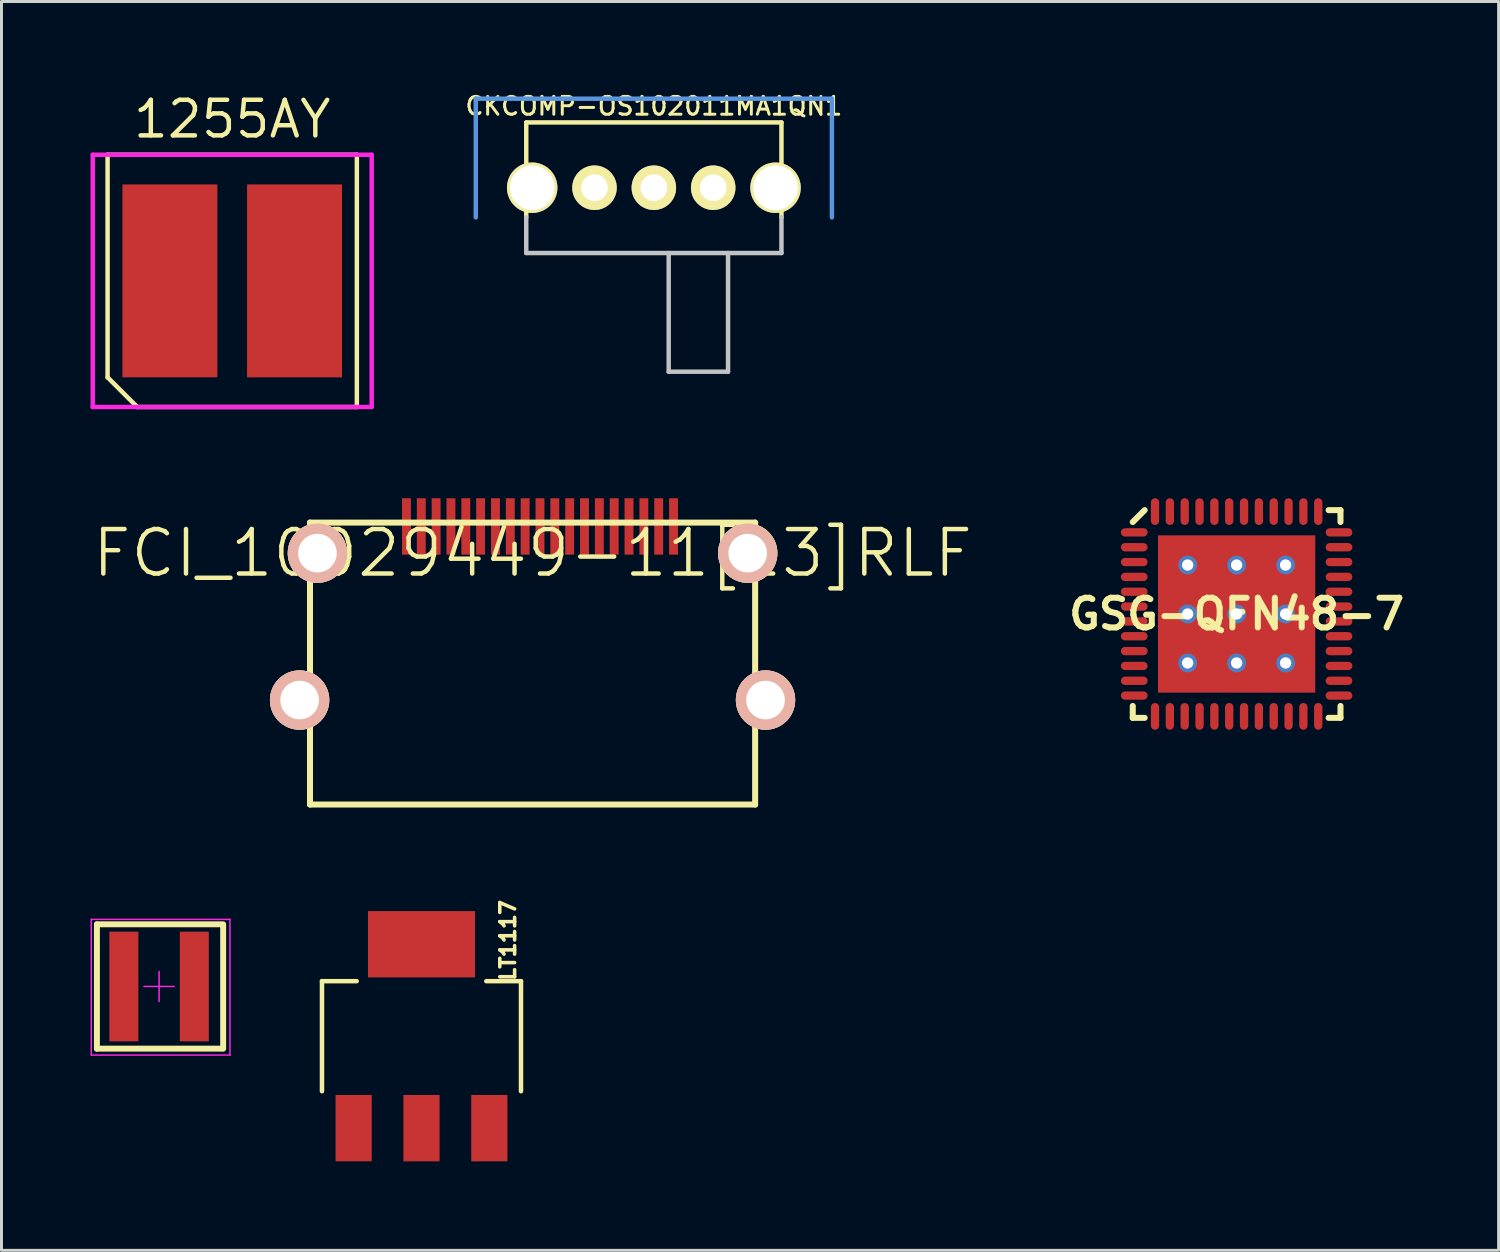
<source format=kicad_pcb>
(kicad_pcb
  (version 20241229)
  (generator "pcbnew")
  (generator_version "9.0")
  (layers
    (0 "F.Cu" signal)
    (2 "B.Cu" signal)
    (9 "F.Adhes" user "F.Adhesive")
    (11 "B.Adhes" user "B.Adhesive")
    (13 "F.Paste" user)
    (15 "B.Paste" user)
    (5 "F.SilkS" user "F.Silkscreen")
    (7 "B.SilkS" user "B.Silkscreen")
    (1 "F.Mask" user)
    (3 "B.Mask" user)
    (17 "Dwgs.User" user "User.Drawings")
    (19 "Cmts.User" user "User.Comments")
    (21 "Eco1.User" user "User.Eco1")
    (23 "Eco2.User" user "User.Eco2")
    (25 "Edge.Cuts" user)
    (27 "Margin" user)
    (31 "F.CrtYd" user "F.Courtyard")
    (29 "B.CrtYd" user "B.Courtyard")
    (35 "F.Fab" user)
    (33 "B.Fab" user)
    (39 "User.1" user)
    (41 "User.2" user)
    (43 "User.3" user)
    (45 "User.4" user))
  (footprint "LT1117"
    (placed yes)
    (layer "F.Cu")
    (at 11.153 31.867)
    (property "Reference" "LT1117" (at 2.913 -3.23 90) (layer "F.SilkS") (effects (font (size 0.5 0.5) (thickness 0.12))))
    (attr through_hole)
    (fp_line (start -3.353 -1.854) (end -2.184 -1.854) (stroke (width 0.152) (type solid)) (layer "F.SilkS"))
    (fp_line (start -3.353 1.854) (end -3.353 -1.854) (stroke (width 0.152) (type solid)) (layer "F.SilkS"))
    (fp_line (start 2.184 -1.854) (end 3.353 -1.854) (stroke (width 0.152) (type solid)) (layer "F.SilkS"))
    (fp_line (start 3.353 -1.854) (end 3.353 1.854) (stroke (width 0.152) (type solid)) (layer "F.SilkS"))
    (fp_line (start -3.302 -1.905) (end -1.524 -1.905) (stroke (width 0.076) (type solid)) (layer "Eco1.User"))
    (fp_line (start -3.302 -1.905) (end 3.302 -1.905) (stroke (width 0.076) (type solid)) (layer "Eco1.User"))
    (fp_line (start -3.302 1.905) (end -3.302 -1.905) (stroke (width 0.152) (type solid)) (layer "Eco1.User"))
    (fp_line (start -3.277 1.88) (end -3.048 1.651) (stroke (width 0.076) (type solid)) (layer "Eco1.User"))
    (fp_line (start -3.048 -1.651) (end -3.302 -1.905) (stroke (width 0.076) (type solid)) (layer "Eco1.User"))
    (fp_line (start -3.048 -1.651) (end -3.302 -1.905) (stroke (width 0.076) (type solid)) (layer "Eco1.User"))
    (fp_line (start -3.048 1.651) (end -3.048 -1.651) (stroke (width 0.076) (type solid)) (layer "Eco1.User"))
    (fp_line (start -3.048 1.676) (end 3.048 1.676) (stroke (width 0.076) (type solid)) (layer "Eco1.User"))
    (fp_line (start -2.667 1.88) (end -3.277 1.88) (stroke (width 0.076) (type solid)) (layer "Eco1.User"))
    (fp_line (start -0.381 1.88) (end -1.905 1.88) (stroke (width 0.076) (type solid)) (layer "Eco1.User"))
    (fp_line (start 1.905 1.88) (end 0.381 1.88) (stroke (width 0.076) (type solid)) (layer "Eco1.User"))
    (fp_line (start 3.048 -1.651) (end -3.048 -1.651) (stroke (width 0.076) (type solid)) (layer "Eco1.User"))
    (fp_line (start 3.048 -1.651) (end 3.048 1.651) (stroke (width 0.076) (type solid)) (layer "Eco1.User"))
    (fp_line (start 3.048 1.651) (end 3.277 1.88) (stroke (width 0.076) (type solid)) (layer "Eco1.User"))
    (fp_line (start 3.048 1.676) (end 3.048 -1.651) (stroke (width 0.076) (type solid)) (layer "Eco1.User"))
    (fp_line (start 3.277 1.88) (end 2.667 1.88) (stroke (width 0.076) (type solid)) (layer "Eco1.User"))
    (fp_line (start 3.302 -1.905) (end 3.048 -1.651) (stroke (width 0.076) (type solid)) (layer "Eco1.User"))
    (fp_line (start 3.302 -1.905) (end 3.302 1.905) (stroke (width 0.152) (type solid)) (layer "Eco1.User"))
    (fp_line (start 3.302 1.905) (end -3.302 1.905) (stroke (width 0.152) (type solid)) (layer "Eco1.User"))
    (pad "1" smd rect (at -2.286 3.099) (size 1.219 2.235) (layers "F.Cu" "F.Mask" "F.Paste"))
    (pad "2" smd rect (at 0 3.099) (size 1.219 2.235) (layers "F.Cu" "F.Mask" "F.Paste"))
    (pad "3" smd rect (at 2.286 3.099) (size 1.219 2.235) (layers "F.Cu" "F.Mask" "F.Paste"))
    (pad "4" smd rect (at 0 -3.099) (size 3.607 2.235) (layers "F.Cu" "F.Mask" "F.Paste")))
  (footprint "GSG-QFN48-7"
    (layer "F.Cu")
    (at 38.621 17.64)
    (property "Reference" "GSG-QFN48-7" (at 0 0 0) (layer "F.SilkS") (effects (font (size 1.001 1.001) (thickness 0.203))))
    (attr through_hole)
    (fp_line (start -3.5 3.099) (end -3.5 3.5) (stroke (width 0.203) (type solid)) (layer "F.SilkS"))
    (fp_line (start -3.5 3.5) (end -3.099 3.5) (stroke (width 0.203) (type solid)) (layer "F.SilkS"))
    (fp_line (start -3.099 -3.5) (end -3.5 -3.099) (stroke (width 0.203) (type solid)) (layer "F.SilkS"))
    (fp_line (start 3.099 3.5) (end 3.5 3.5) (stroke (width 0.203) (type solid)) (layer "F.SilkS"))
    (fp_line (start 3.5 -3.5) (end 3.099 -3.5) (stroke (width 0.203) (type solid)) (layer "F.SilkS"))
    (fp_line (start 3.5 -3.099) (end 3.5 -3.5) (stroke (width 0.203) (type solid)) (layer "F.SilkS"))
    (fp_line (start 3.5 3.5) (end 3.5 3.099) (stroke (width 0.203) (type solid)) (layer "F.SilkS"))
    (pad "0" thru_hole circle (at -1.65 -1.65) (size 0.635 0.635) (drill 0.381) (layers "*.Cu" "B.Mask"))
    (pad "0" smd rect (at -1.65 -1.65) (size 1.65 1.65) (layers "F.Cu" "F.Paste"))
    (pad "0" thru_hole circle (at -1.65 0) (size 0.635 0.635) (drill 0.381) (layers "*.Cu" "B.Mask"))
    (pad "0" smd rect (at -1.65 0) (size 1.65 1.65) (layers "F.Cu" "F.Paste"))
    (pad "0" thru_hole circle (at -1.65 1.65) (size 0.635 0.635) (drill 0.381) (layers "*.Cu" "B.Mask"))
    (pad "0" smd rect (at -1.65 1.65) (size 1.65 1.65) (layers "F.Cu" "F.Paste"))
    (pad "0" thru_hole circle (at 0 -1.65) (size 0.635 0.635) (drill 0.381) (layers "*.Cu" "B.Mask"))
    (pad "0" smd rect (at 0 -1.65) (size 1.65 1.65) (layers "F.Cu" "F.Paste"))
    (pad "0" thru_hole circle (at 0 0) (size 0.635 0.635) (drill 0.381) (layers "*.Cu" "B.Mask"))
    (pad "0" smd rect (at 0 0) (size 1.65 1.65) (layers "F.Cu" "F.Paste"))
    (pad "0" smd rect (at 0 0) (size 5.3 5.3) (layers "F.Cu" "F.Mask"))
    (pad "0" thru_hole circle (at 0 1.65) (size 0.635 0.635) (drill 0.381) (layers "*.Cu" "B.Mask"))
    (pad "0" smd rect (at 0 1.65) (size 1.65 1.65) (layers "F.Cu" "F.Paste"))
    (pad "0" thru_hole circle (at 1.65 -1.65) (size 0.635 0.635) (drill 0.381) (layers "*.Cu" "B.Mask"))
    (pad "0" smd rect (at 1.65 -1.65) (size 1.65 1.65) (layers "F.Cu" "F.Paste"))
    (pad "0" thru_hole circle (at 1.65 0) (size 0.635 0.635) (drill 0.381) (layers "*.Cu" "B.Mask"))
    (pad "0" smd rect (at 1.65 0) (size 1.65 1.65) (layers "F.Cu" "F.Paste"))
    (pad "0" thru_hole circle (at 1.65 1.65) (size 0.635 0.635) (drill 0.381) (layers "*.Cu" "B.Mask"))
    (pad "0" smd rect (at 1.65 1.65) (size 1.65 1.65) (layers "F.Cu" "F.Paste"))
    (pad "1" smd oval (at -3.45 -2.75) (size 0.9 0.28) (layers "F.Cu" "F.Mask" "F.Paste"))
    (pad "2" smd oval (at -3.45 -2.25) (size 0.9 0.28) (layers "F.Cu" "F.Mask" "F.Paste"))
    (pad "3" smd oval (at -3.45 -1.75) (size 0.9 0.28) (layers "F.Cu" "F.Mask" "F.Paste"))
    (pad "4" smd oval (at -3.45 -1.25) (size 0.9 0.28) (layers "F.Cu" "F.Mask" "F.Paste"))
    (pad "5" smd oval (at -3.45 -0.75) (size 0.9 0.28) (layers "F.Cu" "F.Mask" "F.Paste"))
    (pad "6" smd oval (at -3.45 -0.25) (size 0.9 0.28) (layers "F.Cu" "F.Mask" "F.Paste"))
    (pad "7" smd oval (at -3.45 0.25) (size 0.9 0.28) (layers "F.Cu" "F.Mask" "F.Paste"))
    (pad "8" smd oval (at -3.45 0.75) (size 0.9 0.28) (layers "F.Cu" "F.Mask" "F.Paste"))
    (pad "9" smd oval (at -3.45 1.25) (size 0.9 0.28) (layers "F.Cu" "F.Mask" "F.Paste"))
    (pad "10" smd oval (at -3.45 1.75) (size 0.9 0.28) (layers "F.Cu" "F.Mask" "F.Paste"))
    (pad "11" smd oval (at -3.45 2.25) (size 0.9 0.28) (layers "F.Cu" "F.Mask" "F.Paste"))
    (pad "12" smd oval (at -3.45 2.75) (size 0.9 0.28) (layers "F.Cu" "F.Mask" "F.Paste"))
    (pad "13" smd oval (at -2.75 3.45 90) (size 0.9 0.28) (layers "F.Cu" "F.Mask" "F.Paste"))
    (pad "14" smd oval (at -2.25 3.45 90) (size 0.9 0.28) (layers "F.Cu" "F.Mask" "F.Paste"))
    (pad "15" smd oval (at -1.75 3.45 90) (size 0.9 0.28) (layers "F.Cu" "F.Mask" "F.Paste"))
    (pad "16" smd oval (at -1.25 3.45 90) (size 0.9 0.28) (layers "F.Cu" "F.Mask" "F.Paste"))
    (pad "17" smd oval (at -0.75 3.45 90) (size 0.9 0.28) (layers "F.Cu" "F.Mask" "F.Paste"))
    (pad "18" smd oval (at -0.25 3.45 90) (size 0.9 0.28) (layers "F.Cu" "F.Mask" "F.Paste"))
    (pad "19" smd oval (at 0.25 3.45 90) (size 0.9 0.28) (layers "F.Cu" "F.Mask" "F.Paste"))
    (pad "20" smd oval (at 0.75 3.45 90) (size 0.9 0.28) (layers "F.Cu" "F.Mask" "F.Paste"))
    (pad "21" smd oval (at 1.25 3.45 90) (size 0.9 0.28) (layers "F.Cu" "F.Mask" "F.Paste"))
    (pad "22" smd oval (at 1.75 3.45 90) (size 0.9 0.28) (layers "F.Cu" "F.Mask" "F.Paste"))
    (pad "23" smd oval (at 2.25 3.45 90) (size 0.9 0.28) (layers "F.Cu" "F.Mask" "F.Paste"))
    (pad "24" smd oval (at 2.75 3.45 90) (size 0.9 0.28) (layers "F.Cu" "F.Mask" "F.Paste"))
    (pad "25" smd oval (at 3.45 2.75) (size 0.9 0.28) (layers "F.Cu" "F.Mask" "F.Paste"))
    (pad "26" smd oval (at 3.45 2.25) (size 0.9 0.28) (layers "F.Cu" "F.Mask" "F.Paste"))
    (pad "27" smd oval (at 3.45 1.75) (size 0.9 0.28) (layers "F.Cu" "F.Mask" "F.Paste"))
    (pad "28" smd oval (at 3.45 1.25) (size 0.9 0.28) (layers "F.Cu" "F.Mask" "F.Paste"))
    (pad "29" smd oval (at 3.45 0.75) (size 0.9 0.28) (layers "F.Cu" "F.Mask" "F.Paste"))
    (pad "30" smd oval (at 3.45 0.25) (size 0.9 0.28) (layers "F.Cu" "F.Mask" "F.Paste"))
    (pad "31" smd oval (at 3.45 -0.25) (size 0.9 0.28) (layers "F.Cu" "F.Mask" "F.Paste"))
    (pad "32" smd oval (at 3.45 -0.75) (size 0.9 0.28) (layers "F.Cu" "F.Mask" "F.Paste"))
    (pad "33" smd oval (at 3.45 -1.25) (size 0.9 0.28) (layers "F.Cu" "F.Mask" "F.Paste"))
    (pad "34" smd oval (at 3.45 -1.75) (size 0.9 0.28) (layers "F.Cu" "F.Mask" "F.Paste"))
    (pad "35" smd oval (at 3.45 -2.25) (size 0.9 0.28) (layers "F.Cu" "F.Mask" "F.Paste"))
    (pad "36" smd oval (at 3.45 -2.75) (size 0.9 0.28) (layers "F.Cu" "F.Mask" "F.Paste"))
    (pad "37" smd oval (at 2.75 -3.45 90) (size 0.9 0.28) (layers "F.Cu" "F.Mask" "F.Paste"))
    (pad "38" smd oval (at 2.25 -3.45 90) (size 0.9 0.28) (layers "F.Cu" "F.Mask" "F.Paste"))
    (pad "39" smd oval (at 1.75 -3.45 90) (size 0.9 0.28) (layers "F.Cu" "F.Mask" "F.Paste"))
    (pad "40" smd oval (at 1.25 -3.45 90) (size 0.9 0.28) (layers "F.Cu" "F.Mask" "F.Paste"))
    (pad "41" smd oval (at 0.75 -3.45 90) (size 0.9 0.28) (layers "F.Cu" "F.Mask" "F.Paste"))
    (pad "42" smd oval (at 0.25 -3.45 90) (size 0.9 0.28) (layers "F.Cu" "F.Mask" "F.Paste"))
    (pad "43" smd oval (at -0.25 -3.45 90) (size 0.9 0.28) (layers "F.Cu" "F.Mask" "F.Paste"))
    (pad "44" smd oval (at -0.75 -3.45 90) (size 0.9 0.28) (layers "F.Cu" "F.Mask" "F.Paste"))
    (pad "45" smd oval (at -1.25 -3.45 90) (size 0.9 0.28) (layers "F.Cu" "F.Mask" "F.Paste"))
    (pad "46" smd oval (at -1.75 -3.45 90) (size 0.9 0.28) (layers "F.Cu" "F.Mask" "F.Paste"))
    (pad "47" smd oval (at -2.25 -3.45 90) (size 0.9 0.28) (layers "F.Cu" "F.Mask" "F.Paste"))
    (pad "48" smd oval (at -2.75 -3.45 90) (size 0.9 0.28) (layers "F.Cu" "F.Mask" "F.Paste")))
  (footprint "1255AY"
    (layer "F.Cu")
    (at 4.775 6.415)
    (property "Reference" "1255AY" (at 0 -5.45 0) (layer "F.SilkS") (effects (font (size 1.2 1.2) (thickness 0.15))))
    (attr through_hole)
    (fp_line (start -4.2 -4.25) (end 4.2 -4.25) (stroke (width 0.15) (type solid)) (layer "F.SilkS"))
    (fp_line (start -4.2 3.25) (end -4.2 -4.25) (stroke (width 0.15) (type solid)) (layer "F.SilkS"))
    (fp_line (start -3.2 4.25) (end -4.2 3.25) (stroke (width 0.15) (type solid)) (layer "F.SilkS"))
    (fp_line (start 4.2 -4.25) (end 4.2 4.25) (stroke (width 0.15) (type solid)) (layer "F.SilkS"))
    (fp_line (start 4.2 4.25) (end -3.2 4.25) (stroke (width 0.15) (type solid)) (layer "F.SilkS"))
    (fp_line (start -4.7 -4.25) (end 4.7 -4.25) (stroke (width 0.15) (type solid)) (layer "F.CrtYd"))
    (fp_line (start -4.7 4.25) (end -4.7 -4.25) (stroke (width 0.15) (type solid)) (layer "F.CrtYd"))
    (fp_line (start 4.7 -4.25) (end 4.7 4.25) (stroke (width 0.15) (type solid)) (layer "F.CrtYd"))
    (fp_line (start 4.7 4.25) (end -4.7 4.25) (stroke (width 0.15) (type solid)) (layer "F.CrtYd"))
    (pad "1" smd rect (at -2.1 0) (size 3.2 6.5) (layers "F.Cu" "F.Mask" "F.Paste"))
    (pad "2" smd rect (at 2.1 0) (size 3.2 6.5) (layers "F.Cu" "F.Mask" "F.Paste")))
  (footprint "L_4040"
    (layer "F.Cu")
    (at 2.311 30.192)
    (property "Reference" "L_4040" (at 0.152 -2.667 0) (layer "Eco2.User") (effects (font (size 0.5 0.5) (thickness 0.04))))
    (attr smd)
    (fp_line (start -2.095 -2.095) (end -2.095 2.095) (stroke (width 0.2) (type solid)) (layer "F.SilkS"))
    (fp_line (start -2.095 -2.095) (end 2.095 -2.095) (stroke (width 0.2) (type solid)) (layer "F.SilkS"))
    (fp_line (start -2.095 2.095) (end 2.095 2.095) (stroke (width 0.2) (type solid)) (layer "F.SilkS"))
    (fp_line (start 2.159 -2.095) (end 2.159 2.095) (stroke (width 0.2) (type solid)) (layer "F.SilkS"))
    (fp_line (start -2.286 -2.261) (end -2.286 2.311) (stroke (width 0.05) (type solid)) (layer "F.CrtYd"))
    (fp_line (start -2.286 -2.261) (end 2.388 -2.261) (stroke (width 0.05) (type solid)) (layer "F.CrtYd"))
    (fp_line (start -2.286 2.311) (end 2.388 2.311) (stroke (width 0.05) (type solid)) (layer "F.CrtYd"))
    (fp_line (start -0.508 0) (end 0.508 0) (stroke (width 0.05) (type solid)) (layer "F.CrtYd"))
    (fp_line (start 0 -0.508) (end 0 0.508) (stroke (width 0.05) (type solid)) (layer "F.CrtYd"))
    (fp_line (start 2.388 -2.261) (end 2.388 2.311) (stroke (width 0.05) (type solid)) (layer "F.CrtYd"))
    (pad "1" smd rect (at -1.187 0) (size 0.978 3.696) (layers "F.Cu" "F.Mask" "F.Paste"))
    (pad "2" smd rect (at 1.187 0) (size 0.978 3.696) (layers "F.Cu" "F.Mask" "F.Paste")))
  (footprint "CKCOMP-OS102011MA1QN1"
    (layer "F.Cu")
    (at 18.983 3.276)
    (property "Reference" "CKCOMP-OS102011MA1QN1" (at 0 -2.75 0) (layer "F.SilkS") (effects (font (size 0.6 0.6) (thickness 0.1))))
    (attr through_hole)
    (fp_line (start -4.3 -2.2) (end 4.3 -2.2) (stroke (width 0.15) (type solid)) (layer "F.SilkS"))
    (fp_line (start -4.3 1) (end -4.3 -2.2) (stroke (width 0.15) (type solid)) (layer "F.SilkS"))
    (fp_line (start 4.3 -2.2) (end 4.3 1) (stroke (width 0.15) (type solid)) (layer "F.SilkS"))
    (fp_line (start -4.3 1) (end -4.3 2.2) (stroke (width 0.15) (type solid)) (layer "Dwgs.User"))
    (fp_line (start -4.3 2.2) (end 4.3 2.2) (stroke (width 0.15) (type solid)) (layer "Dwgs.User"))
    (fp_line (start 0.5 2.2) (end 0.5 6.2) (stroke (width 0.15) (type solid)) (layer "Dwgs.User"))
    (fp_line (start 0.5 6.2) (end 2.5 6.2) (stroke (width 0.15) (type solid)) (layer "Dwgs.User"))
    (fp_line (start 2.5 6.2) (end 2.5 2.2) (stroke (width 0.15) (type solid)) (layer "Dwgs.User"))
    (fp_line (start 4.3 2.2) (end 4.3 1) (stroke (width 0.15) (type solid)) (layer "Dwgs.User"))
    (fp_line (start -6 -3) (end -6 1) (stroke (width 0.15) (type solid)) (layer "Cmts.User"))
    (fp_line (start 6 -3) (end -6 -3) (stroke (width 0.15) (type solid)) (layer "Cmts.User"))
    (fp_line (start 6 1) (end 6 -3) (stroke (width 0.15) (type solid)) (layer "Cmts.User"))
    (pad "" thru_hole circle (at -4.1 0) (size 1.7 1.7) (drill 1.5) (layers "*.Cu" "*.Mask" "F.SilkS"))
    (pad "" thru_hole circle (at 4.1 0) (size 1.7 1.7) (drill 1.5) (layers "*.Cu" "*.Mask" "F.SilkS"))
    (pad "1" thru_hole circle (at -2 0) (size 1.5 1.5) (drill 0.9) (layers "*.Cu" "*.Mask" "F.SilkS"))
    (pad "2" thru_hole circle (at 0 0) (size 1.5 1.5) (drill 0.9) (layers "*.Cu" "*.Mask" "F.SilkS"))
    (pad "3" thru_hole circle (at 2 0) (size 1.5 1.5) (drill 0.9) (layers "*.Cu" "*.Mask" "F.SilkS")))
  (footprint "FCI_10029449-11[13]RLF"
    (layer "F.Cu")
    (at 14.896 15.59)
    (property "Reference" "FCI_10029449-11[13]RLF" (at 0 0 0) (layer "F.SilkS") (effects (font (size 1.5 1.5) (thickness 0.15))))
    (attr through_hole)
    (fp_line (start -7.5 -1.03) (end 7.5 -1.03) (stroke (width 0.203) (type solid)) (layer "F.SilkS"))
    (fp_line (start -7.5 8.47) (end -7.5 -1.03) (stroke (width 0.203) (type solid)) (layer "F.SilkS"))
    (fp_line (start 7.5 8.47) (end -7.5 8.47) (stroke (width 0.203) (type solid)) (layer "F.SilkS"))
    (fp_line (start 7.5 8.47) (end 7.5 -1.03) (stroke (width 0.203) (type solid)) (layer "F.SilkS"))
    (pad "1" smd rect (at 4.75 -0.9) (size 0.3 1.9) (layers "F.Cu" "F.Mask" "F.Paste"))
    (pad "2" smd rect (at 4.25 -0.9) (size 0.3 1.9) (layers "F.Cu" "F.Mask" "F.Paste"))
    (pad "3" smd rect (at 3.75 -0.9) (size 0.3 1.9) (layers "F.Cu" "F.Mask" "F.Paste"))
    (pad "4" smd rect (at 3.25 -0.9) (size 0.3 1.9) (layers "F.Cu" "F.Mask" "F.Paste"))
    (pad "5" smd rect (at 2.75 -0.9) (size 0.3 1.9) (layers "F.Cu" "F.Mask" "F.Paste"))
    (pad "6" smd rect (at 2.25 -0.9) (size 0.3 1.9) (layers "F.Cu" "F.Mask" "F.Paste"))
    (pad "7" smd rect (at 1.75 -0.9) (size 0.3 1.9) (layers "F.Cu" "F.Mask" "F.Paste"))
    (pad "8" smd rect (at 1.25 -0.9) (size 0.3 1.9) (layers "F.Cu" "F.Mask" "F.Paste"))
    (pad "9" smd rect (at 0.75 -0.9) (size 0.3 1.9) (layers "F.Cu" "F.Mask" "F.Paste"))
    (pad "10" smd rect (at 0.25 -0.9) (size 0.3 1.9) (layers "F.Cu" "F.Mask" "F.Paste"))
    (pad "11" smd rect (at -0.25 -0.9) (size 0.3 1.9) (layers "F.Cu" "F.Mask" "F.Paste"))
    (pad "12" smd rect (at -0.75 -0.9) (size 0.3 1.9) (layers "F.Cu" "F.Mask" "F.Paste"))
    (pad "13" smd rect (at -1.25 -0.9) (size 0.3 1.9) (layers "F.Cu" "F.Mask" "F.Paste"))
    (pad "14" smd rect (at -1.75 -0.9) (size 0.3 1.9) (layers "F.Cu" "F.Mask" "F.Paste"))
    (pad "15" smd rect (at -2.25 -0.9) (size 0.3 1.9) (layers "F.Cu" "F.Mask" "F.Paste"))
    (pad "16" smd rect (at -2.75 -0.9) (size 0.3 1.9) (layers "F.Cu" "F.Mask" "F.Paste"))
    (pad "17" smd rect (at -3.25 -0.9) (size 0.3 1.9) (layers "F.Cu" "F.Mask" "F.Paste"))
    (pad "18" smd rect (at -3.75 -0.9) (size 0.3 1.9) (layers "F.Cu" "F.Mask" "F.Paste"))
    (pad "19" smd rect (at -4.25 -0.9) (size 0.3 1.9) (layers "F.Cu" "F.Mask" "F.Paste"))
    (pad "SHLD" thru_hole circle (at -7.85 4.95) (size 2 2) (drill 1.3) (layers "*.Cu" "*.SilkS" "*.Mask"))
    (pad "SHLD" thru_hole circle (at -7.25 0) (size 2 2) (drill 1.3) (layers "*.Cu" "*.SilkS" "*.Mask"))
    (pad "SHLD" thru_hole circle (at 7.25 0) (size 2 2) (drill 1.3) (layers "*.Cu" "*.SilkS" "*.Mask"))
    (pad "SHLD" thru_hole circle (at 7.85 4.95) (size 2 2) (drill 1.3) (layers "*.Cu" "*.SilkS" "*.Mask")))
  (gr_rect
    (start -3 -3)
    (end 47.449 39.083)
    (stroke (width 0.1) (type default))
    (fill no)
    (layer "Edge.Cuts")))
</source>
